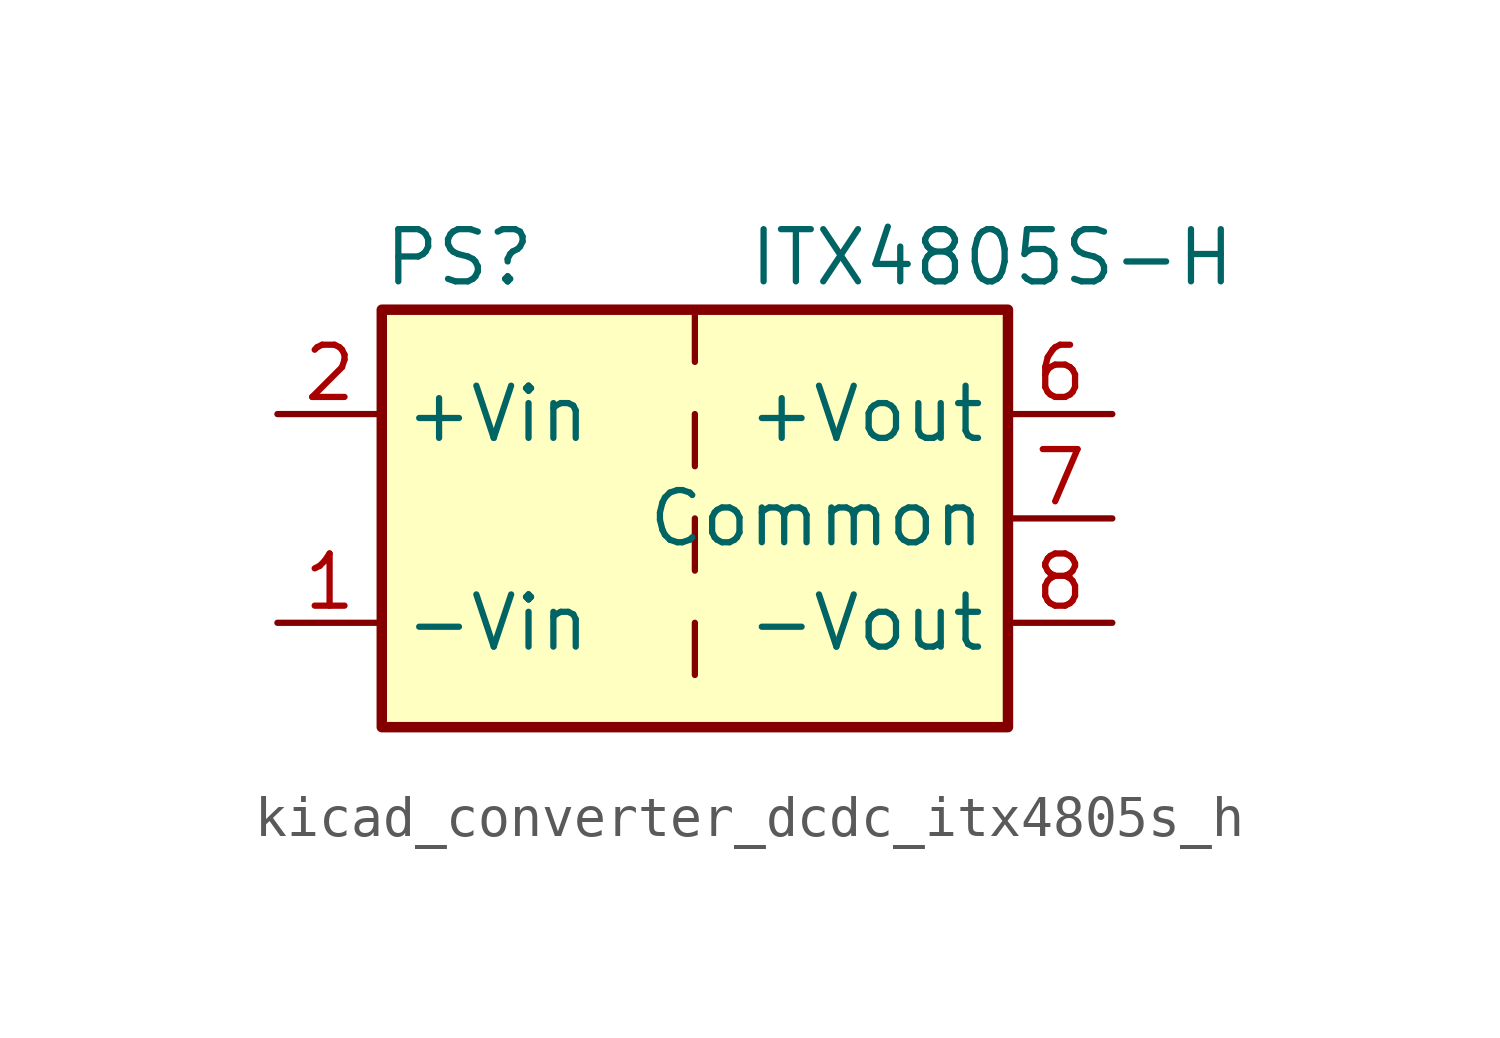
<source format=kicad_sym>
(kicad_symbol_lib
  (version 20220914)
  (generator kicad_symbol_editor)
  (symbol "kicad_converter_dcdc_itx4805s_h"
    (property "Reference" "PS"
      (at -7.62 6.35 0)
      (effects (font (size 1.27 1.27)) (justify left)))
    (property "Value" "ITX4805S-H"
      (at 1.27 6.35 0)
      (effects (font (size 1.27 1.27)) (justify left)))
    (symbol "kicad_converter_dcdc_itx4805s_h_0_0"
      (pin power_in line (at -10.16 -2.54 0) (length 2.54) (name "-Vin" (effects (font (size 1.27 1.27)))) (number "1" (effects (font (size 1.27 1.27)))))
      (pin power_in line (at -10.16 2.54 0) (length 2.54) (name "+Vin" (effects (font (size 1.27 1.27)))) (number "2" (effects (font (size 1.27 1.27)))))
      (pin no_connect line (at 0 -5.08 90) (length 2.54) hide (name "NC" (effects (font (size 1.27 1.27)))) (number "3" (effects (font (size 1.27 1.27)))))
      (pin no_connect line (at 0 5.08 270) (length 2.54) hide (name "NC" (effects (font (size 1.27 1.27)))) (number "5" (effects (font (size 1.27 1.27)))))
      (pin power_out line (at 10.16 2.54 180) (length 2.54) (name "+Vout" (effects (font (size 1.27 1.27)))) (number "6" (effects (font (size 1.27 1.27)))))
      (pin power_out line (at 10.16 0 180) (length 2.54) (name "Common" (effects (font (size 1.27 1.27)))) (number "7" (effects (font (size 1.27 1.27)))))
      (pin power_out line (at 10.16 -2.54 180) (length 2.54) (name "-Vout" (effects (font (size 1.27 1.27)))) (number "8" (effects (font (size 1.27 1.27))))))
    (symbol "kicad_converter_dcdc_itx4805s_h_0_1"
      (rectangle (start -7.62 5.08) (end 7.62 -5.08) (stroke (width 0.254) (type default)) (fill (type background)))
      (polyline (pts (xy 0 -2.54) (xy 0 -3.81)) (stroke (width 0) (type default)) (fill (type none)))
      (polyline (pts (xy 0 0) (xy 0 -1.27)) (stroke (width 0) (type default)) (fill (type none)))
      (polyline (pts (xy 0 2.54) (xy 0 1.27)) (stroke (width 0) (type default)) (fill (type none)))
      (polyline (pts (xy 0 5.08) (xy 0 3.81)) (stroke (width 0) (type default)) (fill (type none))))))
</source>
